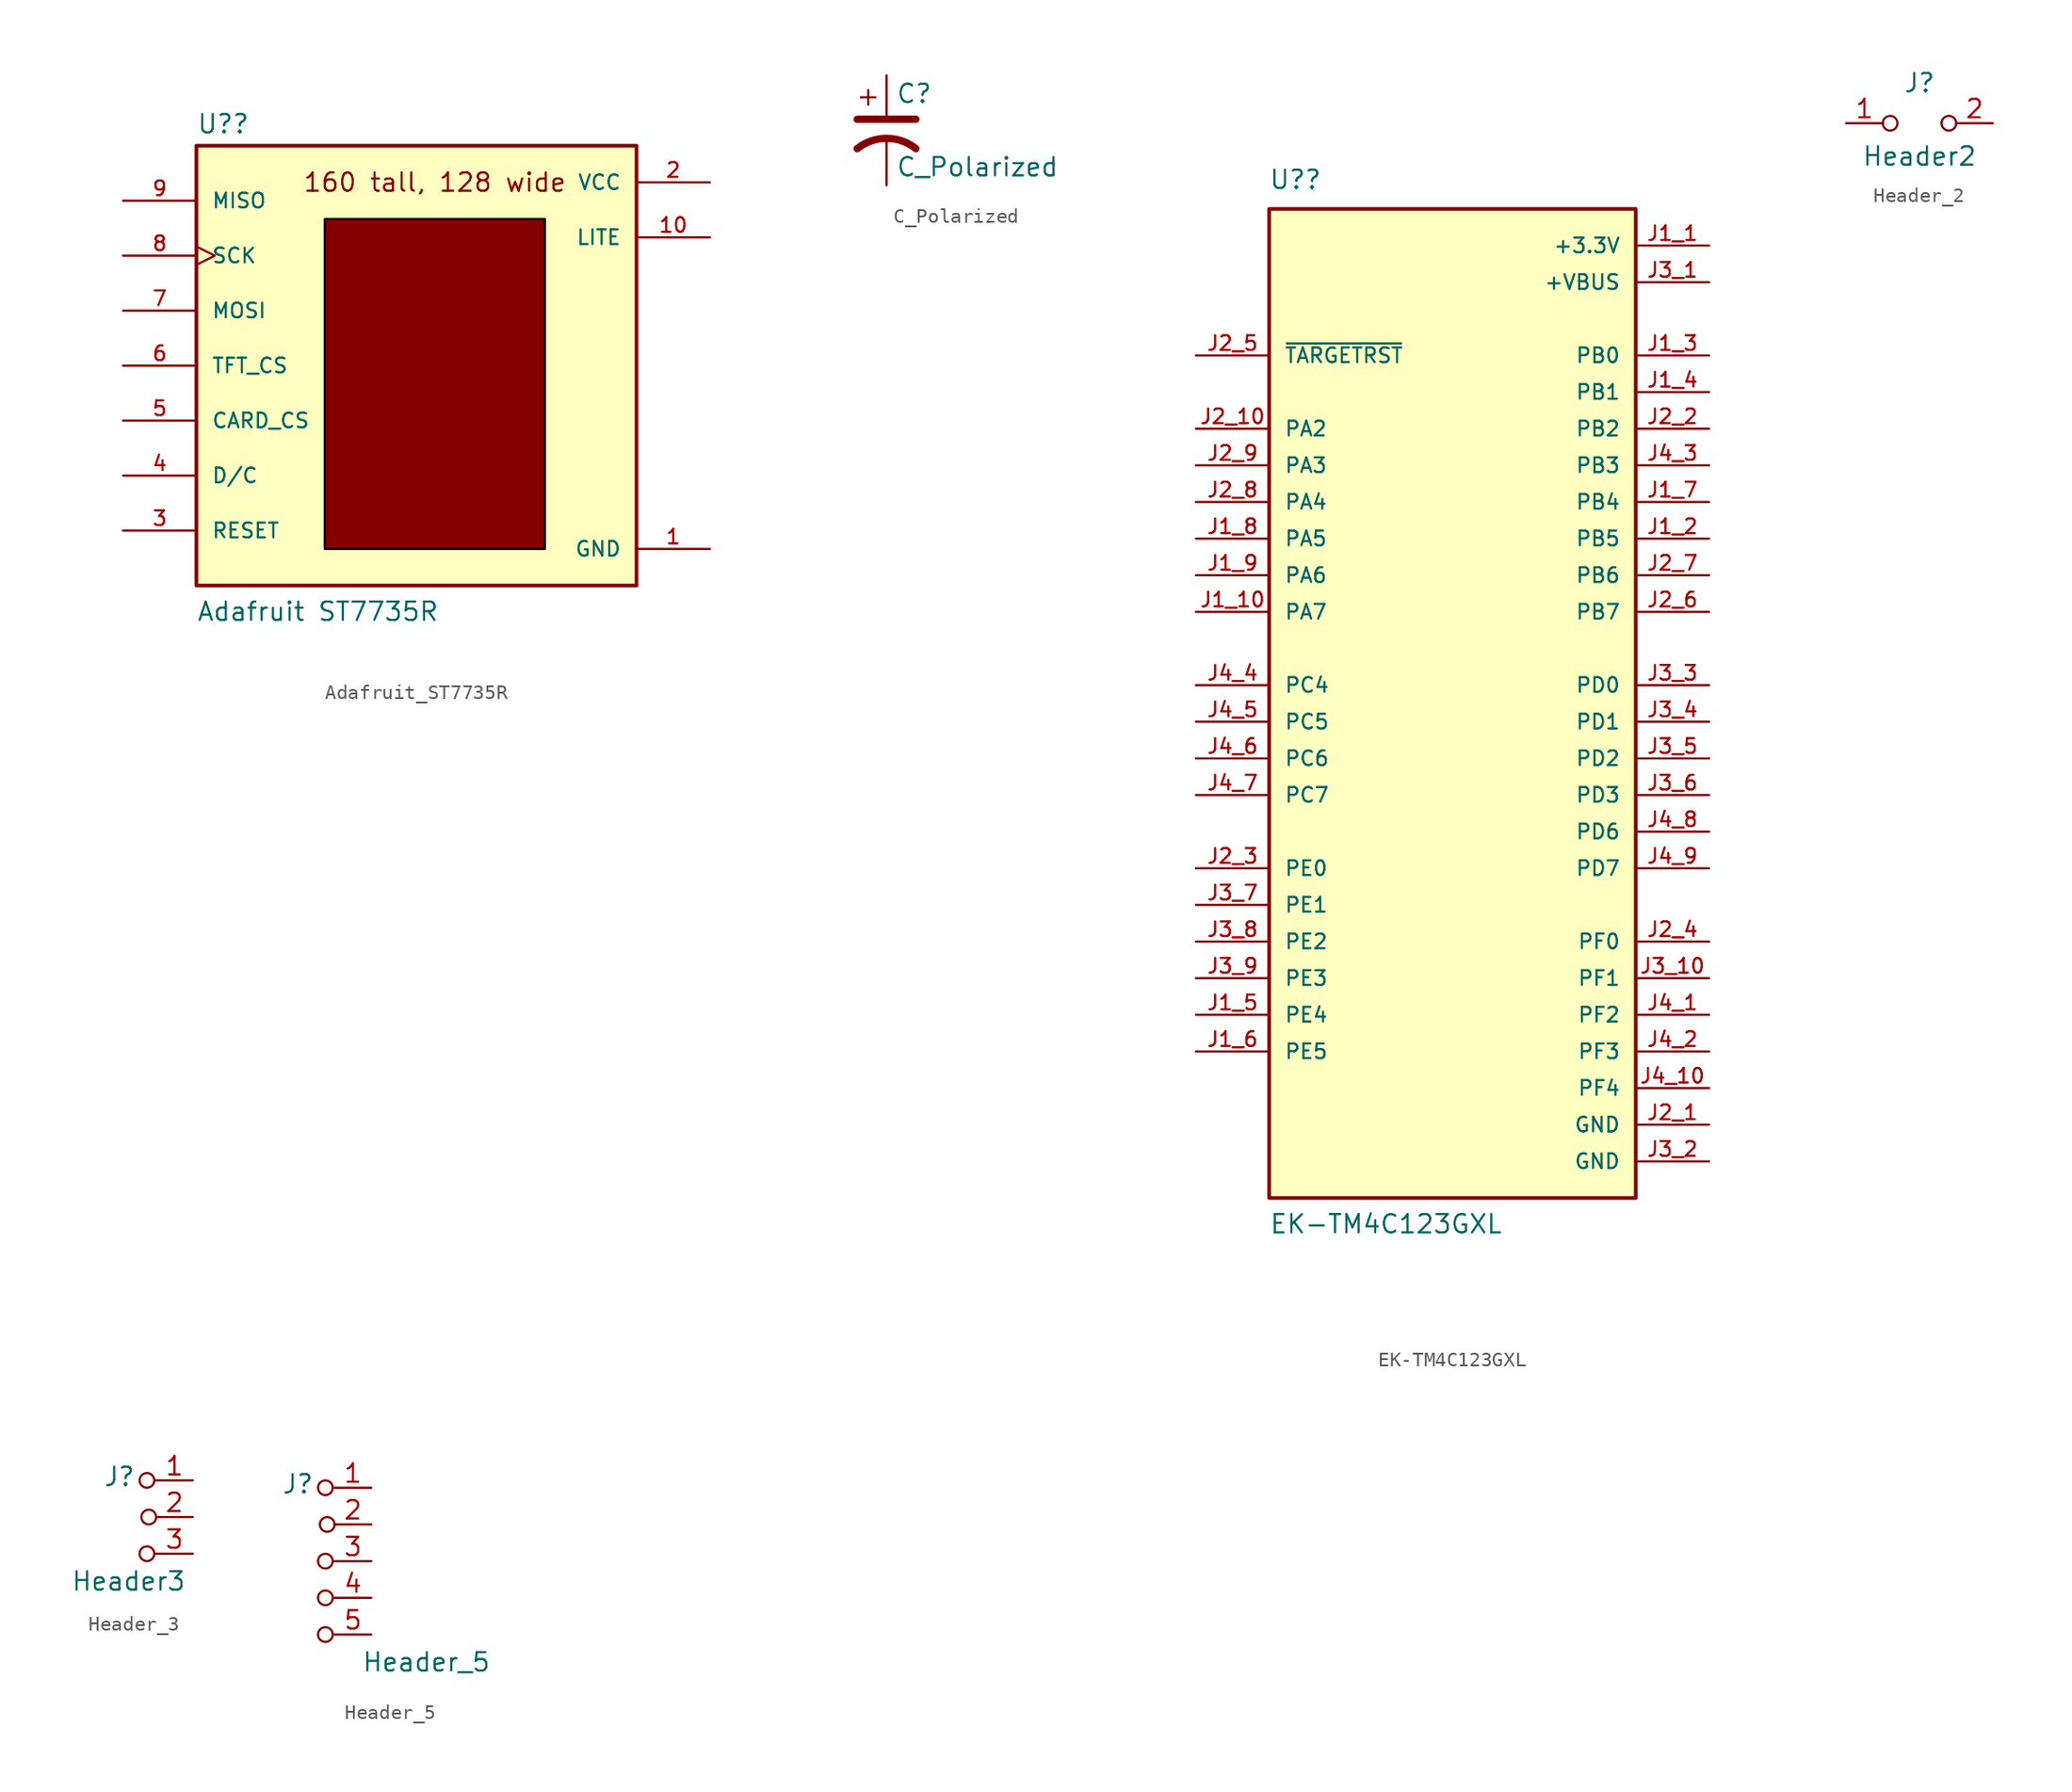
<source format=kicad_sym>
(kicad_symbol_lib
  (version 20241209)
  (generator "kicad_symbol_editor")
  (generator_version "9.0")
  (symbol "Adafruit_ST7735R"
    (pin_names
      (offset 1.016))
    (property "Reference" "U?"
      (at -15.24 16.002 0)
      (effects (font (size 1.27 1.27)) (justify left bottom)))
    (property "Value" "Adafruit ST7735R"
      (at -15.24 -17.78 0)
      (effects (font (size 1.27 1.27)) (justify left bottom)))
    (symbol "Adafruit_ST7735R_0_0"
      (rectangle (start -15.24 15.24) (end 15.24 -15.24) (stroke (width 0.254) (type default)) (fill (type background))))
    (symbol "Adafruit_ST7735R_1_0"
      (pin output line (at -20.32 11.43 0) (length 5.08) (name "MISO" (effects (font (size 1.016 1.016)))) (number "9" (effects (font (size 1.016 1.016)))))
      (pin input clock (at -20.32 7.62 0) (length 5.08) (name "SCK" (effects (font (size 1.016 1.016)))) (number "8" (effects (font (size 1.016 1.016)))))
      (pin input line (at -20.32 3.81 0) (length 5.08) (name "MOSI" (effects (font (size 1.016 1.016)))) (number "7" (effects (font (size 1.016 1.016)))))
      (pin input line (at -20.32 0 0) (length 5.08) (name "TFT_CS" (effects (font (size 1.016 1.016)))) (number "6" (effects (font (size 1.016 1.016)))))
      (pin input line (at -20.32 -3.81 0) (length 5.08) (name "CARD_CS" (effects (font (size 1.016 1.016)))) (number "5" (effects (font (size 1.016 1.016)))))
      (pin input line (at -20.32 -7.62 0) (length 5.08) (name "D/C" (effects (font (size 1.016 1.016)))) (number "4" (effects (font (size 1.016 1.016)))))
      (pin input line (at -20.32 -11.43 0) (length 5.08) (name "RESET" (effects (font (size 1.016 1.016)))) (number "3" (effects (font (size 1.016 1.016)))))
      (pin power_in line (at 20.32 12.7 180) (length 5.08) (name "VCC" (effects (font (size 1.016 1.016)))) (number "2" (effects (font (size 1.016 1.016)))))
      (pin power_in line (at 20.32 8.89 180) (length 5.08) (name "LITE" (effects (font (size 1.016 1.016)))) (number "10" (effects (font (size 1.016 1.016)))))
      (pin power_in line (at 20.32 -12.7 180) (length 5.08) (name "GND" (effects (font (size 1.016 1.016)))) (number "1" (effects (font (size 1.016 1.016))))))
    (symbol "Adafruit_ST7735R_1_1"
      (rectangle (start -6.35 10.16) (end 8.89 -12.7) (stroke (width 0) (type default) (color 0 0 0 1)) (fill (type color) (color 132 0 0 1)))
      (text "160 tall, 128 wide" (at 1.27 12.7 0) (effects (font (size 1.27 1.27))))))
  (symbol "C_Polarized"
    (pin_numbers
      (hide yes))
    (pin_names
      (offset 0.254)
      (hide yes))
    (property "Reference" "C"
      (at 0.635 2.54 0)
      (effects (font (size 1.27 1.27)) (justify left)))
    (property "Value" "C_Polarized"
      (at 0.635 -2.54 0)
      (effects (font (size 1.27 1.27)) (justify left)))
    (symbol "C_Polarized_0_1"
      (polyline (pts (xy -2.032 0.762) (xy 2.032 0.762)) (stroke (width 0.508) (type default)) (fill (type none)))
      (polyline (pts (xy -1.778 2.286) (xy -0.762 2.286)) (stroke (width 0) (type default)) (fill (type none)))
      (polyline (pts (xy -1.27 1.778) (xy -1.27 2.794)) (stroke (width 0) (type default)) (fill (type none)))
      (arc (start -2.032 -1.27) (mid 0 -0.5572) (end 2.032 -1.27) (stroke (width 0.508) (type default)) (fill (type none))))
    (symbol "C_Polarized_1_1"
      (pin passive line (at 0 3.81 270) (length 2.794) (name "~" (effects (font (size 1.27 1.27)))) (number "1" (effects (font (size 1.27 1.27)))))
      (pin passive line (at 0 -3.81 90) (length 3.302) (name "~" (effects (font (size 1.27 1.27)))) (number "2" (effects (font (size 1.27 1.27)))))))
  (symbol "EK-TM4C123GXL"
    (pin_names
      (offset 1.016))
    (property "Reference" "U?"
      (at -12.737 34.31 0)
      (effects (font (size 1.27 1.27)) (justify left bottom)))
    (property "Value" "EK-TM4C123GXL"
      (at -12.713 -38.108 0)
      (effects (font (size 1.27 1.27)) (justify left bottom)))
    (symbol "EK-TM4C123GXL_0_0"
      (rectangle (start -12.7 -35.56) (end 12.7 33.02) (stroke (width 0.254) (type default)) (fill (type background)))
      (pin input line (at -17.78 22.86 0) (length 5.08) (name "~{TARGETRST}" (effects (font (size 1.016 1.016)))) (number "J2_5" (effects (font (size 1.016 1.016)))))
      (pin bidirectional line (at -17.78 17.78 0) (length 5.08) (name "PA2" (effects (font (size 1.016 1.016)))) (number "J2_10" (effects (font (size 1.016 1.016)))))
      (pin bidirectional line (at -17.78 15.24 0) (length 5.08) (name "PA3" (effects (font (size 1.016 1.016)))) (number "J2_9" (effects (font (size 1.016 1.016)))))
      (pin bidirectional line (at -17.78 12.7 0) (length 5.08) (name "PA4" (effects (font (size 1.016 1.016)))) (number "J2_8" (effects (font (size 1.016 1.016)))))
      (pin bidirectional line (at -17.78 10.16 0) (length 5.08) (name "PA5" (effects (font (size 1.016 1.016)))) (number "J1_8" (effects (font (size 1.016 1.016)))))
      (pin bidirectional line (at -17.78 7.62 0) (length 5.08) (name "PA6" (effects (font (size 1.016 1.016)))) (number "J1_9" (effects (font (size 1.016 1.016)))))
      (pin bidirectional line (at -17.78 5.08 0) (length 5.08) (name "PA7" (effects (font (size 1.016 1.016)))) (number "J1_10" (effects (font (size 1.016 1.016)))))
      (pin bidirectional line (at -17.78 0 0) (length 5.08) (name "PC4" (effects (font (size 1.016 1.016)))) (number "J4_4" (effects (font (size 1.016 1.016)))))
      (pin bidirectional line (at -17.78 -2.54 0) (length 5.08) (name "PC5" (effects (font (size 1.016 1.016)))) (number "J4_5" (effects (font (size 1.016 1.016)))))
      (pin bidirectional line (at -17.78 -5.08 0) (length 5.08) (name "PC6" (effects (font (size 1.016 1.016)))) (number "J4_6" (effects (font (size 1.016 1.016)))))
      (pin bidirectional line (at -17.78 -7.62 0) (length 5.08) (name "PC7" (effects (font (size 1.016 1.016)))) (number "J4_7" (effects (font (size 1.016 1.016)))))
      (pin bidirectional line (at -17.78 -12.7 0) (length 5.08) (name "PE0" (effects (font (size 1.016 1.016)))) (number "J2_3" (effects (font (size 1.016 1.016)))))
      (pin bidirectional line (at -17.78 -15.24 0) (length 5.08) (name "PE1" (effects (font (size 1.016 1.016)))) (number "J3_7" (effects (font (size 1.016 1.016)))))
      (pin bidirectional line (at -17.78 -17.78 0) (length 5.08) (name "PE2" (effects (font (size 1.016 1.016)))) (number "J3_8" (effects (font (size 1.016 1.016)))))
      (pin bidirectional line (at -17.78 -20.32 0) (length 5.08) (name "PE3" (effects (font (size 1.016 1.016)))) (number "J3_9" (effects (font (size 1.016 1.016)))))
      (pin bidirectional line (at -17.78 -22.86 0) (length 5.08) (name "PE4" (effects (font (size 1.016 1.016)))) (number "J1_5" (effects (font (size 1.016 1.016)))))
      (pin bidirectional line (at -17.78 -25.4 0) (length 5.08) (name "PE5" (effects (font (size 1.016 1.016)))) (number "J1_6" (effects (font (size 1.016 1.016)))))
      (pin power_in line (at 17.78 30.48 180) (length 5.08) (name "+3.3V" (effects (font (size 1.016 1.016)))) (number "J1_1" (effects (font (size 1.016 1.016)))))
      (pin power_in line (at 17.78 27.94 180) (length 5.08) (name "+VBUS" (effects (font (size 1.016 1.016)))) (number "J3_1" (effects (font (size 1.016 1.016)))))
      (pin bidirectional line (at 17.78 22.86 180) (length 5.08) (name "PB0" (effects (font (size 1.016 1.016)))) (number "J1_3" (effects (font (size 1.016 1.016)))))
      (pin bidirectional line (at 17.78 20.32 180) (length 5.08) (name "PB1" (effects (font (size 1.016 1.016)))) (number "J1_4" (effects (font (size 1.016 1.016)))))
      (pin bidirectional line (at 17.78 17.78 180) (length 5.08) (name "PB2" (effects (font (size 1.016 1.016)))) (number "J2_2" (effects (font (size 1.016 1.016)))))
      (pin bidirectional line (at 17.78 15.24 180) (length 5.08) (name "PB3" (effects (font (size 1.016 1.016)))) (number "J4_3" (effects (font (size 1.016 1.016)))))
      (pin bidirectional line (at 17.78 12.7 180) (length 5.08) (name "PB4" (effects (font (size 1.016 1.016)))) (number "J1_7" (effects (font (size 1.016 1.016)))))
      (pin bidirectional line (at 17.78 7.62 180) (length 5.08) (name "PB6" (effects (font (size 1.016 1.016)))) (number "J2_7" (effects (font (size 1.016 1.016)))))
      (pin bidirectional line (at 17.78 5.08 180) (length 5.08) (name "PB7" (effects (font (size 1.016 1.016)))) (number "J2_6" (effects (font (size 1.016 1.016)))))
      (pin bidirectional line (at 17.78 0 180) (length 5.08) (name "PD0" (effects (font (size 1.016 1.016)))) (number "J3_3" (effects (font (size 1.016 1.016)))))
      (pin bidirectional line (at 17.78 -2.54 180) (length 5.08) (name "PD1" (effects (font (size 1.016 1.016)))) (number "J3_4" (effects (font (size 1.016 1.016)))))
      (pin bidirectional line (at 17.78 -5.08 180) (length 5.08) (name "PD2" (effects (font (size 1.016 1.016)))) (number "J3_5" (effects (font (size 1.016 1.016)))))
      (pin bidirectional line (at 17.78 -7.62 180) (length 5.08) (name "PD3" (effects (font (size 1.016 1.016)))) (number "J3_6" (effects (font (size 1.016 1.016)))))
      (pin bidirectional line (at 17.78 -10.16 180) (length 5.08) (name "PD6" (effects (font (size 1.016 1.016)))) (number "J4_8" (effects (font (size 1.016 1.016)))))
      (pin bidirectional line (at 17.78 -12.7 180) (length 5.08) (name "PD7" (effects (font (size 1.016 1.016)))) (number "J4_9" (effects (font (size 1.016 1.016)))))
      (pin bidirectional line (at 17.78 -17.78 180) (length 5.08) (name "PF0" (effects (font (size 1.016 1.016)))) (number "J2_4" (effects (font (size 1.016 1.016)))))
      (pin bidirectional line (at 17.78 -20.32 180) (length 5.08) (name "PF1" (effects (font (size 1.016 1.016)))) (number "J3_10" (effects (font (size 1.016 1.016)))))
      (pin bidirectional line (at 17.78 -22.86 180) (length 5.08) (name "PF2" (effects (font (size 1.016 1.016)))) (number "J4_1" (effects (font (size 1.016 1.016)))))
      (pin bidirectional line (at 17.78 -25.4 180) (length 5.08) (name "PF3" (effects (font (size 1.016 1.016)))) (number "J4_2" (effects (font (size 1.016 1.016)))))
      (pin bidirectional line (at 17.78 -27.94 180) (length 5.08) (name "PF4" (effects (font (size 1.016 1.016)))) (number "J4_10" (effects (font (size 1.016 1.016)))))
      (pin power_in line (at 17.78 -30.48 180) (length 5.08) (name "GND" (effects (font (size 1.016 1.016)))) (number "J2_1" (effects (font (size 1.016 1.016)))))
      (pin power_in line (at 17.78 -33.02 180) (length 5.08) (name "GND" (effects (font (size 1.016 1.016)))) (number "J3_2" (effects (font (size 1.016 1.016))))))
    (symbol "EK-TM4C123GXL_1_0"
      (pin bidirectional line (at 17.78 10.16 180) (length 5.08) (name "PB5" (effects (font (size 1.016 1.016)))) (number "J1_2" (effects (font (size 1.016 1.016)))))))
  (symbol "Header_2"
    (pin_names
      (offset 0)
      (hide yes))
    (property "Reference" "J"
      (at 0 2.794 0)
      (effects (font (size 1.27 1.27))))
    (property "Value" "Header2"
      (at 0 -2.286 0)
      (effects (font (size 1.27 1.27))))
    (symbol "Header_2_0_0"
      (circle (center -2.032 0) (radius 0.508) (stroke (width 0) (type default)) (fill (type none)))
      (circle (center 2.032 0) (radius 0.508) (stroke (width 0) (type default)) (fill (type none))))
    (symbol "Header_2_1_1"
      (pin passive line (at -5.08 0 0) (length 2.54) (name "A" (effects (font (size 1.27 1.27)))) (number "1" (effects (font (size 1.27 1.27)))))
      (pin passive line (at 5.08 0 180) (length 2.54) (name "B" (effects (font (size 1.27 1.27)))) (number "2" (effects (font (size 1.27 1.27)))))))
  (symbol "Header_3"
    (pin_names
      (offset 0)
      (hide yes))
    (property "Reference" "J"
      (at 0 2.794 0)
      (effects (font (size 1.27 1.27))))
    (property "Value" "Header3"
      (at 0.635 -4.445 0)
      (effects (font (size 1.27 1.27))))
    (symbol "Header_3_0_0"
      (circle (center 1.905 2.54) (radius 0.508) (stroke (width 0) (type default)) (fill (type none))))
    (symbol "Header_3_1_0"
      (circle (center 1.905 -2.54) (radius 0.508) (stroke (width 0) (type default)) (fill (type none)))
      (circle (center 2.032 0) (radius 0.508) (stroke (width 0) (type default)) (fill (type none))))
    (symbol "Header_3_1_1"
      (pin passive line (at 5.08 2.54 180) (length 2.54) (name "A" (effects (font (size 1.27 1.27)))) (number "1" (effects (font (size 1.27 1.27)))))
      (pin passive line (at 5.08 0 180) (length 2.54) (name "B" (effects (font (size 1.27 1.27)))) (number "2" (effects (font (size 1.27 1.27)))))
      (pin passive line (at 5.08 -2.54 180) (length 2.54) (name "C" (effects (font (size 1.27 1.27)))) (number "3" (effects (font (size 1.27 1.27)))))))
  (symbol "Header_5"
    (pin_names
      (offset 0)
      (hide yes))
    (property "Reference" "J"
      (at 0 2.794 0)
      (effects (font (size 1.27 1.27))))
    (property "Value" "Header_5"
      (at 8.89 -9.525 0)
      (effects (font (size 1.27 1.27))))
    (symbol "Header_5_0_0"
      (circle (center 1.905 2.54) (radius 0.508) (stroke (width 0) (type default)) (fill (type none))))
    (symbol "Header_5_1_0"
      (circle (center 1.905 -2.54) (radius 0.508) (stroke (width 0) (type default)) (fill (type none)))
      (circle (center 1.905 -5.08) (radius 0.508) (stroke (width 0) (type default)) (fill (type none)))
      (circle (center 1.905 -7.62) (radius 0.508) (stroke (width 0) (type default)) (fill (type none)))
      (circle (center 2.032 0) (radius 0.508) (stroke (width 0) (type default)) (fill (type none))))
    (symbol "Header_5_1_1"
      (pin passive line (at 5.08 2.54 180) (length 2.54) (name "A" (effects (font (size 1.27 1.27)))) (number "1" (effects (font (size 1.27 1.27)))))
      (pin passive line (at 5.08 0 180) (length 2.54) (name "B" (effects (font (size 1.27 1.27)))) (number "2" (effects (font (size 1.27 1.27)))))
      (pin passive line (at 5.08 -2.54 180) (length 2.54) (name "C" (effects (font (size 1.27 1.27)))) (number "3" (effects (font (size 1.27 1.27)))))
      (pin passive line (at 5.08 -5.08 180) (length 2.54) (name "C" (effects (font (size 1.27 1.27)))) (number "4" (effects (font (size 1.27 1.27)))))
      (pin passive line (at 5.08 -7.62 180) (length 2.54) (name "C" (effects (font (size 1.27 1.27)))) (number "5" (effects (font (size 1.27 1.27))))))))
</source>
